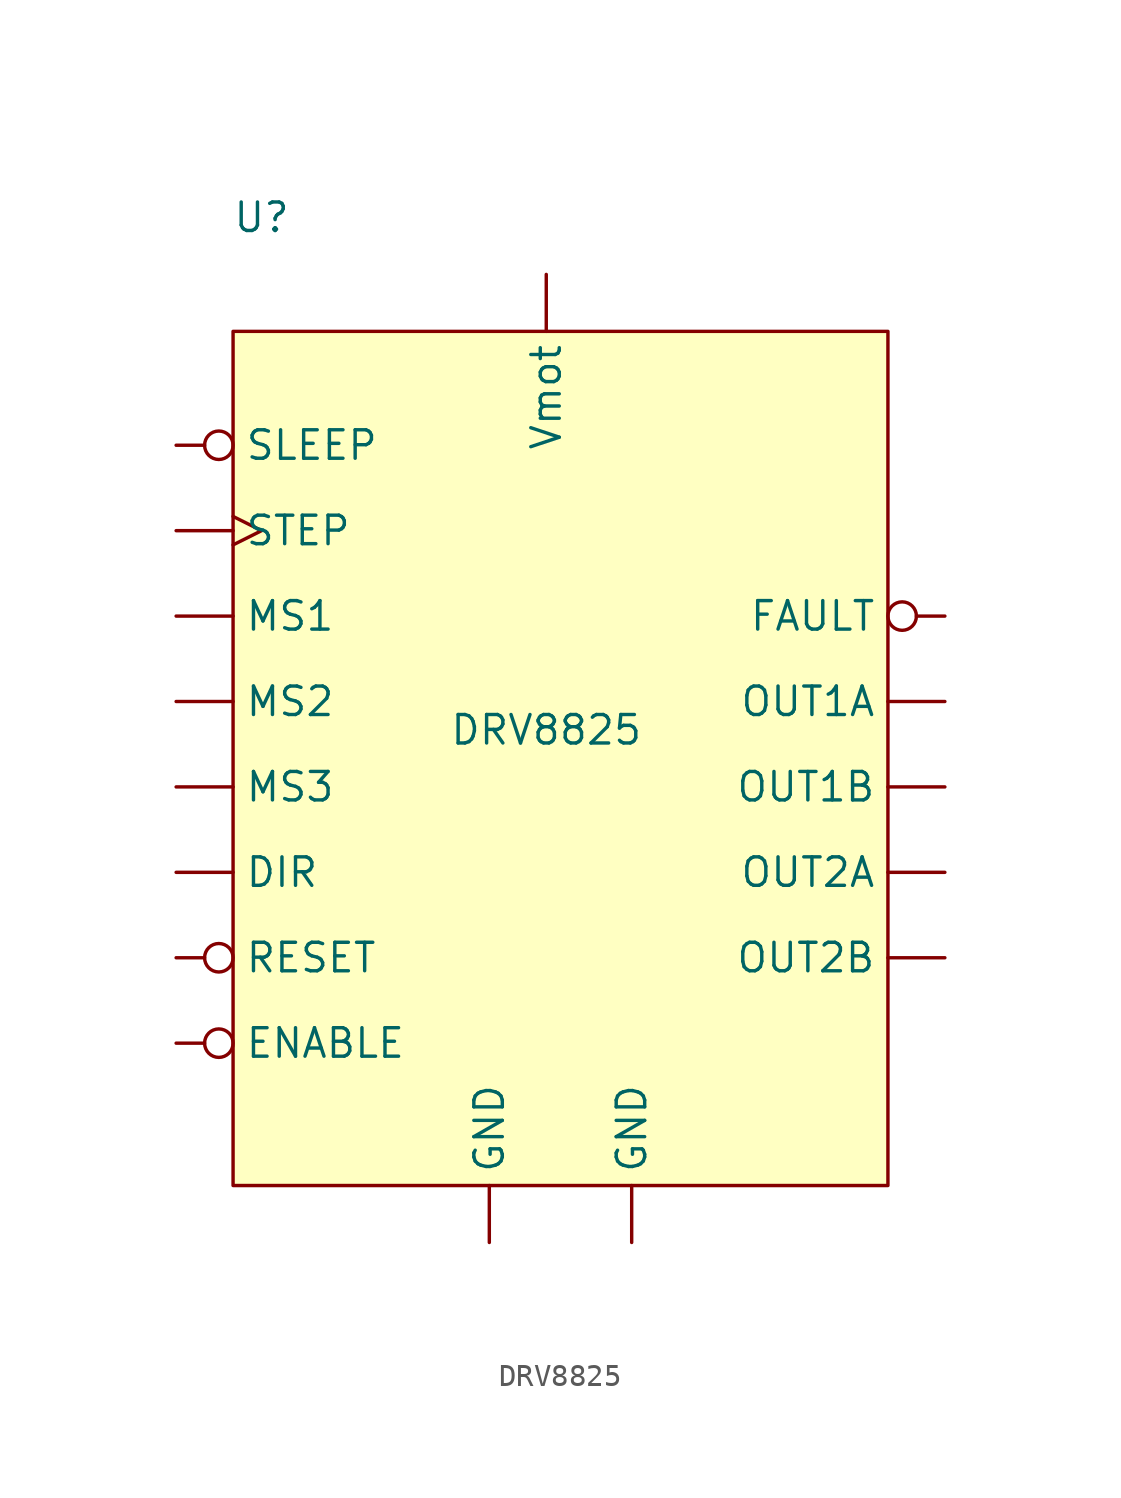
<source format=kicad_sym>
(kicad_symbol_lib
  (version 20220914)
  (generator kicad_symbol_editor)
  (symbol "DRV8825"
    (property "Reference" "U"
      (at -5.08 8.89 0)
      (effects (font (size 1.27 1.27))))
    (property "Value" "DRV8825"
      (at 7.62 -13.97 0)
      (effects (font (size 1.27 1.27))))
    (symbol "DRV8825_1_1"
      (rectangle (start -6.35 3.81) (end 22.86 -34.29) (stroke (width 0) (type default)) (fill (type background)))
      (pin input line (at -8.89 -20.32 0) (length 2.54) (name "DIR" (effects (font (size 1.27 1.27)))) (number "" (effects (font (size 1.27 1.27)))))
      (pin input inverted (at -8.89 -27.94 0) (length 2.54) (name "ENABLE" (effects (font (size 1.27 1.27)))) (number "" (effects (font (size 1.27 1.27)))))
      (pin output inverted (at 25.4 -8.89 180) (length 2.54) (name "FAULT" (effects (font (size 1.27 1.27)))) (number "" (effects (font (size 1.27 1.27)))))
      (pin input line (at 5.08 -36.83 90) (length 2.54) (name "GND" (effects (font (size 1.27 1.27)))) (number "" (effects (font (size 1.27 1.27)))))
      (pin input line (at 11.43 -36.83 90) (length 2.54) (name "GND" (effects (font (size 1.27 1.27)))) (number "" (effects (font (size 1.27 1.27)))))
      (pin input line (at -8.89 -8.89 0) (length 2.54) (name "MS1" (effects (font (size 1.27 1.27)))) (number "" (effects (font (size 1.27 1.27)))))
      (pin input line (at -8.89 -12.7 0) (length 2.54) (name "MS2" (effects (font (size 1.27 1.27)))) (number "" (effects (font (size 1.27 1.27)))))
      (pin input line (at -8.89 -16.51 0) (length 2.54) (name "MS3" (effects (font (size 1.27 1.27)))) (number "" (effects (font (size 1.27 1.27)))))
      (pin output line (at 25.4 -12.7 180) (length 2.54) (name "OUT1A" (effects (font (size 1.27 1.27)))) (number "" (effects (font (size 1.27 1.27)))))
      (pin output line (at 25.4 -16.51 180) (length 2.54) (name "OUT1B" (effects (font (size 1.27 1.27)))) (number "" (effects (font (size 1.27 1.27)))))
      (pin output line (at 25.4 -20.32 180) (length 2.54) (name "OUT2A" (effects (font (size 1.27 1.27)))) (number "" (effects (font (size 1.27 1.27)))))
      (pin output line (at 25.4 -24.13 180) (length 2.54) (name "OUT2B" (effects (font (size 1.27 1.27)))) (number "" (effects (font (size 1.27 1.27)))))
      (pin input inverted (at -8.89 -24.13 0) (length 2.54) (name "RESET" (effects (font (size 1.27 1.27)))) (number "" (effects (font (size 1.27 1.27)))))
      (pin input inverted (at -8.89 -1.27 0) (length 2.54) (name "SLEEP" (effects (font (size 1.27 1.27)))) (number "" (effects (font (size 1.27 1.27)))))
      (pin input clock (at -8.89 -5.08 0) (length 2.54) (name "STEP" (effects (font (size 1.27 1.27)))) (number "" (effects (font (size 1.27 1.27)))))
      (pin input line (at 7.62 6.35 270) (length 2.54) (name "Vmot" (effects (font (size 1.27 1.27)))) (number "" (effects (font (size 1.27 1.27))))))))
</source>
